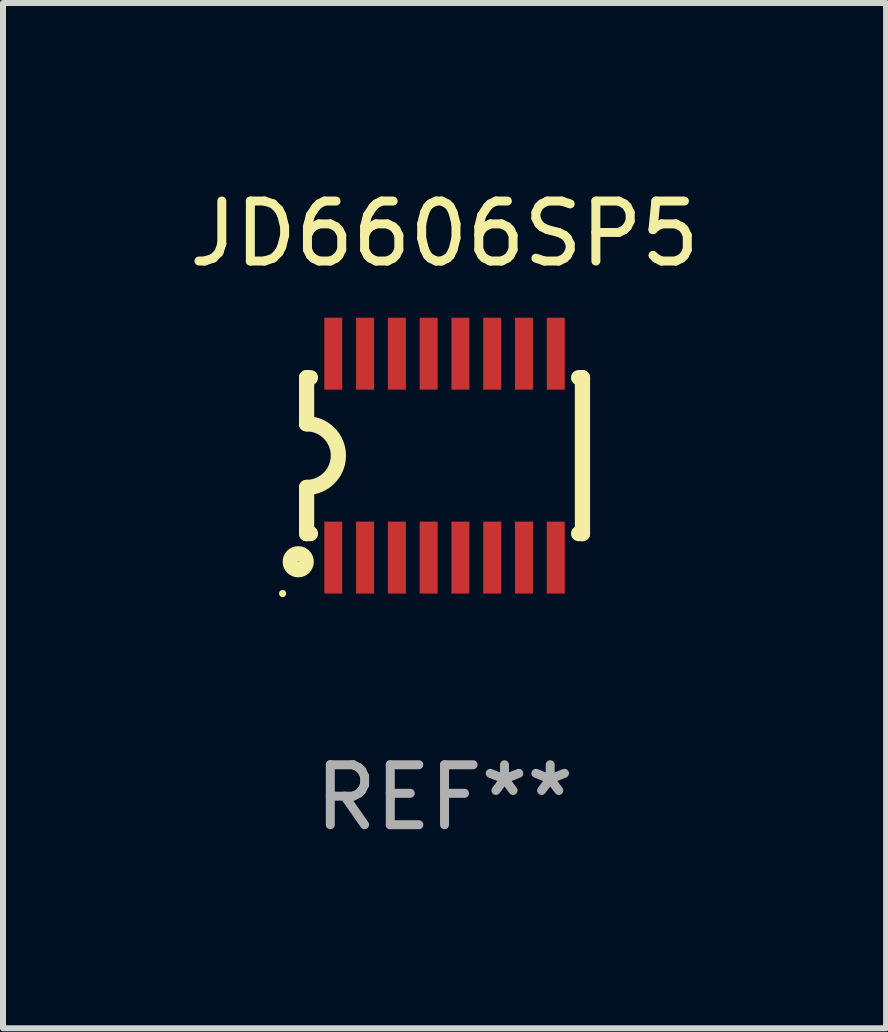
<source format=kicad_pcb>
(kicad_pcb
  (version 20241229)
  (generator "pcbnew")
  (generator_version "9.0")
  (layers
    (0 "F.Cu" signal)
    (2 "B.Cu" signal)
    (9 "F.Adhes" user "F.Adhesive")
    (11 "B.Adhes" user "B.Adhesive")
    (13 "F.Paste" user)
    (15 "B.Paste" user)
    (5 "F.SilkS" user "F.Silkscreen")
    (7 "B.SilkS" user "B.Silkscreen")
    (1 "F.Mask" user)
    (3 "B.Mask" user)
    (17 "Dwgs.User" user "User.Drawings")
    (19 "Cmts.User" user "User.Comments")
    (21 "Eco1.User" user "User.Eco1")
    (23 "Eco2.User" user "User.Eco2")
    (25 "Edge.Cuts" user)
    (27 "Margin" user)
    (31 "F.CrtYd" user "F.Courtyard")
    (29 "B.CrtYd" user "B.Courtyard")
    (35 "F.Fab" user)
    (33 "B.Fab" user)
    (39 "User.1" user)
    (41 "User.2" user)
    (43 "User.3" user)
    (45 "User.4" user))
  (footprint "JD6606SP5"
    (layer "F.Cu")
    (at 4.363 4.548)
    (property "Reference" "JD6606SP5" (at 0 -3.7 0) (layer "F.SilkS") (effects (font (size 1 1) (thickness 0.15))))
    (attr through_hole)
    (fp_line (start -2.3 -1.3) (end -2.3 -0.53) (stroke (width 0.254) (type solid)) (layer "F.SilkS"))
    (fp_line (start -2.3 -1.3) (end -2.236 -1.3) (stroke (width 0.254) (type solid)) (layer "F.SilkS"))
    (fp_line (start -2.3 1.3) (end -2.3 0.53) (stroke (width 0.254) (type solid)) (layer "F.SilkS"))
    (fp_line (start -2.3 1.3) (end -2.236 1.3) (stroke (width 0.254) (type solid)) (layer "F.SilkS"))
    (fp_line (start 2.236 -1.3) (end 2.3 -1.3) (stroke (width 0.254) (type solid)) (layer "F.SilkS"))
    (fp_line (start 2.236 1.3) (end 2.3 1.3) (stroke (width 0.254) (type solid)) (layer "F.SilkS"))
    (fp_line (start 2.3 -1.3) (end 2.3 1.3) (stroke (width 0.254) (type solid)) (layer "F.SilkS"))
    (fp_arc (start -2.301244 -0.53086) (mid -1.770816 -0.001053) (end -2.3 0.529997) (stroke (width 0.254001) (type solid)) (layer "F.SilkS"))
    (fp_circle (center -2.7 2.3) (end -2.67 2.3) (stroke (width 0.06) (type solid)) (fill no) (layer "F.SilkS"))
    (fp_circle (center -2.44 1.77) (end -2.307 1.77) (stroke (width 0.254) (type solid)) (fill no) (layer "F.SilkS"))
    (fp_text user "REF**" (at 0 5.7 0) (layer "F.Fab") (effects (font (size 1 1) (thickness 0.15))))
    (pad "1" smd rect (at -1.855 1.7) (size 0.3 1.2) (layers "F.Cu" "F.Mask" "F.Paste"))
    (pad "2" smd rect (at -1.325 1.7) (size 0.3 1.2) (layers "F.Cu" "F.Mask" "F.Paste"))
    (pad "3" smd rect (at -0.795 1.7) (size 0.3 1.2) (layers "F.Cu" "F.Mask" "F.Paste"))
    (pad "4" smd rect (at -0.265 1.7) (size 0.3 1.2) (layers "F.Cu" "F.Mask" "F.Paste"))
    (pad "5" smd rect (at 0.265 1.7) (size 0.3 1.2) (layers "F.Cu" "F.Mask" "F.Paste"))
    (pad "6" smd rect (at 0.795 1.7) (size 0.3 1.2) (layers "F.Cu" "F.Mask" "F.Paste"))
    (pad "7" smd rect (at 1.325 1.7) (size 0.3 1.2) (layers "F.Cu" "F.Mask" "F.Paste"))
    (pad "8" smd rect (at 1.855 1.7) (size 0.3 1.2) (layers "F.Cu" "F.Mask" "F.Paste"))
    (pad "9" smd rect (at 1.855 -1.7) (size 0.3 1.2) (layers "F.Cu" "F.Mask" "F.Paste"))
    (pad "10" smd rect (at 1.325 -1.7) (size 0.3 1.2) (layers "F.Cu" "F.Mask" "F.Paste"))
    (pad "11" smd rect (at 0.795 -1.7) (size 0.3 1.2) (layers "F.Cu" "F.Mask" "F.Paste"))
    (pad "12" smd rect (at 0.265 -1.7) (size 0.3 1.2) (layers "F.Cu" "F.Mask" "F.Paste"))
    (pad "13" smd rect (at -0.265 -1.7) (size 0.3 1.2) (layers "F.Cu" "F.Mask" "F.Paste"))
    (pad "14" smd rect (at -0.795 -1.7) (size 0.3 1.2) (layers "F.Cu" "F.Mask" "F.Paste"))
    (pad "15" smd rect (at -1.325 -1.7) (size 0.3 1.2) (layers "F.Cu" "F.Mask" "F.Paste"))
    (pad "16" smd rect (at -1.855 -1.7) (size 0.3 1.2) (layers "F.Cu" "F.Mask" "F.Paste")))
  (gr_rect
    (start -3 -3)
    (end 11.726 14.097)
    (stroke (width 0.1) (type default))
    (fill no)
    (layer "Edge.Cuts")))
</source>
